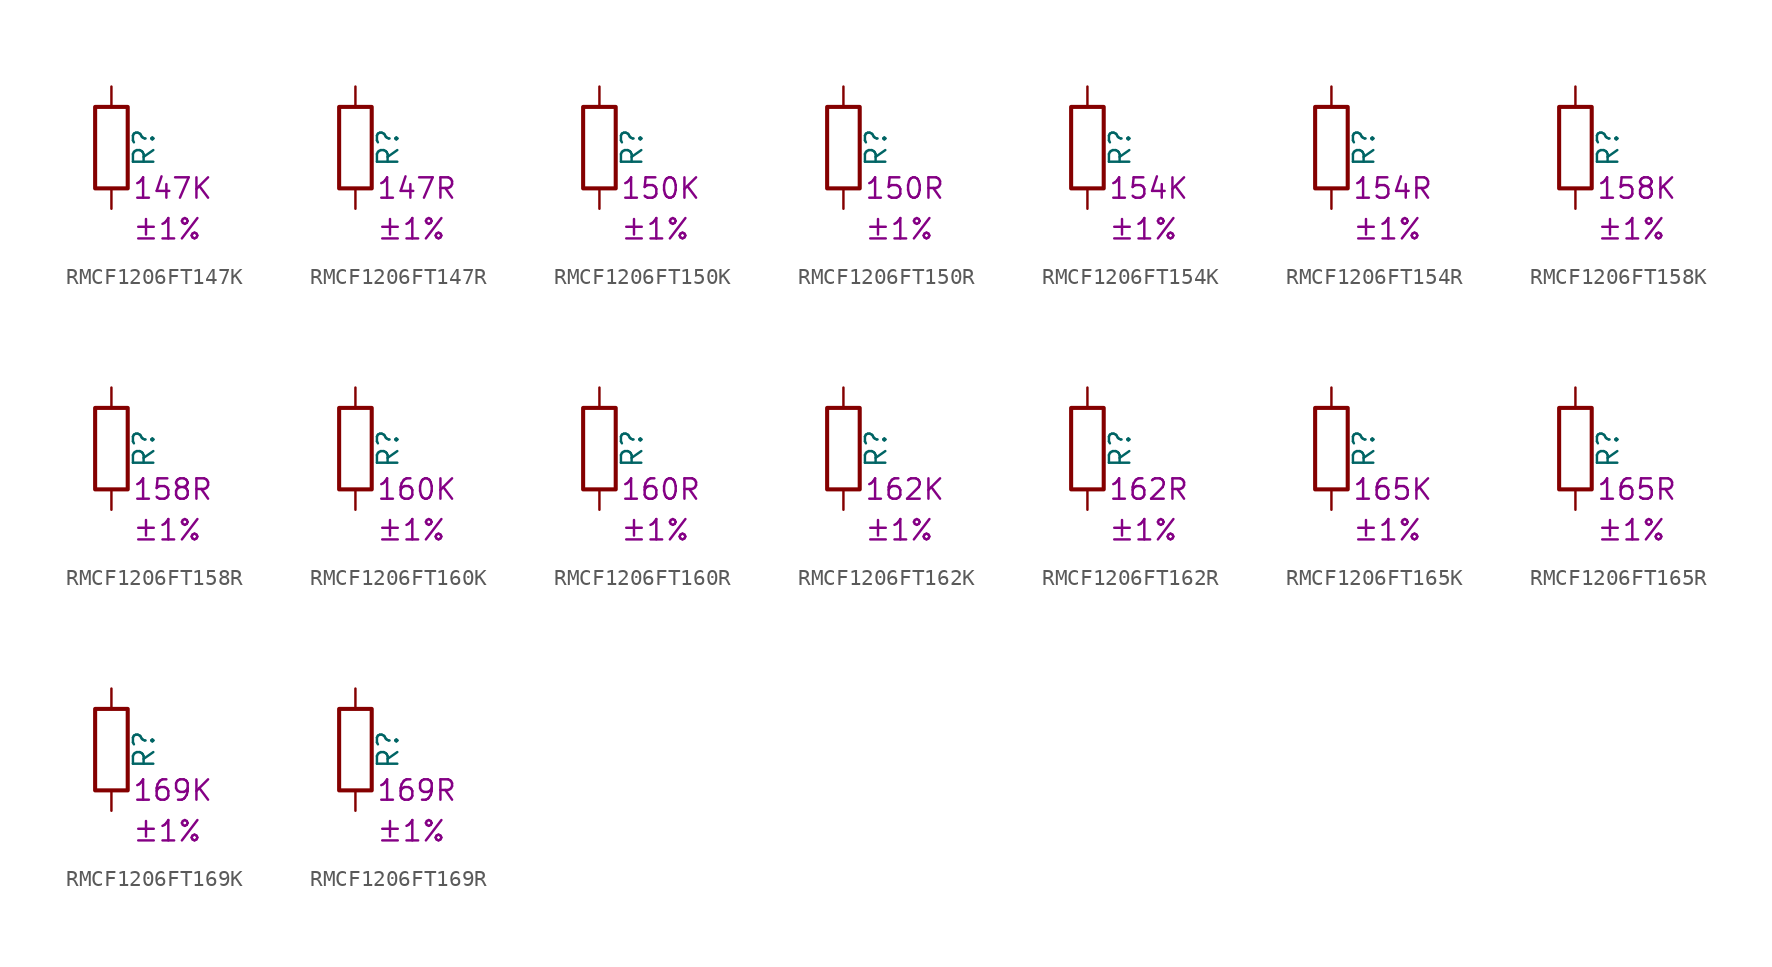
<source format=kicad_sym>
(kicad_symbol_lib
  (version 20220914)
  (generator kicad_symbol_editor)
  (symbol "RMCF1206FT147K"
    (pin_numbers hide)
    (pin_names
      (offset 0))
    (property "Reference" "R"
      (at 2.032 0 90)
      (effects (font (size 1.27 1.27))))
    (property "Resistance" "147K"
      (at 1.27 -2.54 0)
      (effects (font (size 1.27 1.27)) (justify left)))
    (property "Tolerance" "±1%"
      (at 1.27 -5.08 0)
      (effects (font (size 1.27 1.27)) (justify left)))
    (symbol "RMCF1206FT147K_0_1"
      (rectangle (start -1.016 -2.54) (end 1.016 2.54) (stroke (width 0.254) (type default)) (fill (type none))))
    (symbol "RMCF1206FT147K_1_1"
      (pin passive line (at 0 3.81 270) (length 1.27) (name "~" (effects (font (size 1.27 1.27)))) (number "1" (effects (font (size 1.27 1.27)))))
      (pin passive line (at 0 -3.81 90) (length 1.27) (name "~" (effects (font (size 1.27 1.27)))) (number "2" (effects (font (size 1.27 1.27)))))))
  (symbol "RMCF1206FT147R"
    (pin_numbers hide)
    (pin_names
      (offset 0))
    (property "Reference" "R"
      (at 2.032 0 90)
      (effects (font (size 1.27 1.27))))
    (property "Resistance" "147R"
      (at 1.27 -2.54 0)
      (effects (font (size 1.27 1.27)) (justify left)))
    (property "Tolerance" "±1%"
      (at 1.27 -5.08 0)
      (effects (font (size 1.27 1.27)) (justify left)))
    (symbol "RMCF1206FT147R_0_1"
      (rectangle (start -1.016 -2.54) (end 1.016 2.54) (stroke (width 0.254) (type default)) (fill (type none))))
    (symbol "RMCF1206FT147R_1_1"
      (pin passive line (at 0 3.81 270) (length 1.27) (name "~" (effects (font (size 1.27 1.27)))) (number "1" (effects (font (size 1.27 1.27)))))
      (pin passive line (at 0 -3.81 90) (length 1.27) (name "~" (effects (font (size 1.27 1.27)))) (number "2" (effects (font (size 1.27 1.27)))))))
  (symbol "RMCF1206FT150K"
    (pin_numbers hide)
    (pin_names
      (offset 0))
    (property "Reference" "R"
      (at 2.032 0 90)
      (effects (font (size 1.27 1.27))))
    (property "Resistance" "150K"
      (at 1.27 -2.54 0)
      (effects (font (size 1.27 1.27)) (justify left)))
    (property "Tolerance" "±1%"
      (at 1.27 -5.08 0)
      (effects (font (size 1.27 1.27)) (justify left)))
    (symbol "RMCF1206FT150K_0_1"
      (rectangle (start -1.016 -2.54) (end 1.016 2.54) (stroke (width 0.254) (type default)) (fill (type none))))
    (symbol "RMCF1206FT150K_1_1"
      (pin passive line (at 0 3.81 270) (length 1.27) (name "~" (effects (font (size 1.27 1.27)))) (number "1" (effects (font (size 1.27 1.27)))))
      (pin passive line (at 0 -3.81 90) (length 1.27) (name "~" (effects (font (size 1.27 1.27)))) (number "2" (effects (font (size 1.27 1.27)))))))
  (symbol "RMCF1206FT150R"
    (pin_numbers hide)
    (pin_names
      (offset 0))
    (property "Reference" "R"
      (at 2.032 0 90)
      (effects (font (size 1.27 1.27))))
    (property "Resistance" "150R"
      (at 1.27 -2.54 0)
      (effects (font (size 1.27 1.27)) (justify left)))
    (property "Tolerance" "±1%"
      (at 1.27 -5.08 0)
      (effects (font (size 1.27 1.27)) (justify left)))
    (symbol "RMCF1206FT150R_0_1"
      (rectangle (start -1.016 -2.54) (end 1.016 2.54) (stroke (width 0.254) (type default)) (fill (type none))))
    (symbol "RMCF1206FT150R_1_1"
      (pin passive line (at 0 3.81 270) (length 1.27) (name "~" (effects (font (size 1.27 1.27)))) (number "1" (effects (font (size 1.27 1.27)))))
      (pin passive line (at 0 -3.81 90) (length 1.27) (name "~" (effects (font (size 1.27 1.27)))) (number "2" (effects (font (size 1.27 1.27)))))))
  (symbol "RMCF1206FT154K"
    (pin_numbers hide)
    (pin_names
      (offset 0))
    (property "Reference" "R"
      (at 2.032 0 90)
      (effects (font (size 1.27 1.27))))
    (property "Resistance" "154K"
      (at 1.27 -2.54 0)
      (effects (font (size 1.27 1.27)) (justify left)))
    (property "Tolerance" "±1%"
      (at 1.27 -5.08 0)
      (effects (font (size 1.27 1.27)) (justify left)))
    (symbol "RMCF1206FT154K_0_1"
      (rectangle (start -1.016 -2.54) (end 1.016 2.54) (stroke (width 0.254) (type default)) (fill (type none))))
    (symbol "RMCF1206FT154K_1_1"
      (pin passive line (at 0 3.81 270) (length 1.27) (name "~" (effects (font (size 1.27 1.27)))) (number "1" (effects (font (size 1.27 1.27)))))
      (pin passive line (at 0 -3.81 90) (length 1.27) (name "~" (effects (font (size 1.27 1.27)))) (number "2" (effects (font (size 1.27 1.27)))))))
  (symbol "RMCF1206FT154R"
    (pin_numbers hide)
    (pin_names
      (offset 0))
    (property "Reference" "R"
      (at 2.032 0 90)
      (effects (font (size 1.27 1.27))))
    (property "Resistance" "154R"
      (at 1.27 -2.54 0)
      (effects (font (size 1.27 1.27)) (justify left)))
    (property "Tolerance" "±1%"
      (at 1.27 -5.08 0)
      (effects (font (size 1.27 1.27)) (justify left)))
    (symbol "RMCF1206FT154R_0_1"
      (rectangle (start -1.016 -2.54) (end 1.016 2.54) (stroke (width 0.254) (type default)) (fill (type none))))
    (symbol "RMCF1206FT154R_1_1"
      (pin passive line (at 0 3.81 270) (length 1.27) (name "~" (effects (font (size 1.27 1.27)))) (number "1" (effects (font (size 1.27 1.27)))))
      (pin passive line (at 0 -3.81 90) (length 1.27) (name "~" (effects (font (size 1.27 1.27)))) (number "2" (effects (font (size 1.27 1.27)))))))
  (symbol "RMCF1206FT158K"
    (pin_numbers hide)
    (pin_names
      (offset 0))
    (property "Reference" "R"
      (at 2.032 0 90)
      (effects (font (size 1.27 1.27))))
    (property "Resistance" "158K"
      (at 1.27 -2.54 0)
      (effects (font (size 1.27 1.27)) (justify left)))
    (property "Tolerance" "±1%"
      (at 1.27 -5.08 0)
      (effects (font (size 1.27 1.27)) (justify left)))
    (symbol "RMCF1206FT158K_0_1"
      (rectangle (start -1.016 -2.54) (end 1.016 2.54) (stroke (width 0.254) (type default)) (fill (type none))))
    (symbol "RMCF1206FT158K_1_1"
      (pin passive line (at 0 3.81 270) (length 1.27) (name "~" (effects (font (size 1.27 1.27)))) (number "1" (effects (font (size 1.27 1.27)))))
      (pin passive line (at 0 -3.81 90) (length 1.27) (name "~" (effects (font (size 1.27 1.27)))) (number "2" (effects (font (size 1.27 1.27)))))))
  (symbol "RMCF1206FT158R"
    (pin_numbers hide)
    (pin_names
      (offset 0))
    (property "Reference" "R"
      (at 2.032 0 90)
      (effects (font (size 1.27 1.27))))
    (property "Resistance" "158R"
      (at 1.27 -2.54 0)
      (effects (font (size 1.27 1.27)) (justify left)))
    (property "Tolerance" "±1%"
      (at 1.27 -5.08 0)
      (effects (font (size 1.27 1.27)) (justify left)))
    (symbol "RMCF1206FT158R_0_1"
      (rectangle (start -1.016 -2.54) (end 1.016 2.54) (stroke (width 0.254) (type default)) (fill (type none))))
    (symbol "RMCF1206FT158R_1_1"
      (pin passive line (at 0 3.81 270) (length 1.27) (name "~" (effects (font (size 1.27 1.27)))) (number "1" (effects (font (size 1.27 1.27)))))
      (pin passive line (at 0 -3.81 90) (length 1.27) (name "~" (effects (font (size 1.27 1.27)))) (number "2" (effects (font (size 1.27 1.27)))))))
  (symbol "RMCF1206FT160K"
    (pin_numbers hide)
    (pin_names
      (offset 0))
    (property "Reference" "R"
      (at 2.032 0 90)
      (effects (font (size 1.27 1.27))))
    (property "Resistance" "160K"
      (at 1.27 -2.54 0)
      (effects (font (size 1.27 1.27)) (justify left)))
    (property "Tolerance" "±1%"
      (at 1.27 -5.08 0)
      (effects (font (size 1.27 1.27)) (justify left)))
    (symbol "RMCF1206FT160K_0_1"
      (rectangle (start -1.016 -2.54) (end 1.016 2.54) (stroke (width 0.254) (type default)) (fill (type none))))
    (symbol "RMCF1206FT160K_1_1"
      (pin passive line (at 0 3.81 270) (length 1.27) (name "~" (effects (font (size 1.27 1.27)))) (number "1" (effects (font (size 1.27 1.27)))))
      (pin passive line (at 0 -3.81 90) (length 1.27) (name "~" (effects (font (size 1.27 1.27)))) (number "2" (effects (font (size 1.27 1.27)))))))
  (symbol "RMCF1206FT160R"
    (pin_numbers hide)
    (pin_names
      (offset 0))
    (property "Reference" "R"
      (at 2.032 0 90)
      (effects (font (size 1.27 1.27))))
    (property "Resistance" "160R"
      (at 1.27 -2.54 0)
      (effects (font (size 1.27 1.27)) (justify left)))
    (property "Tolerance" "±1%"
      (at 1.27 -5.08 0)
      (effects (font (size 1.27 1.27)) (justify left)))
    (symbol "RMCF1206FT160R_0_1"
      (rectangle (start -1.016 -2.54) (end 1.016 2.54) (stroke (width 0.254) (type default)) (fill (type none))))
    (symbol "RMCF1206FT160R_1_1"
      (pin passive line (at 0 3.81 270) (length 1.27) (name "~" (effects (font (size 1.27 1.27)))) (number "1" (effects (font (size 1.27 1.27)))))
      (pin passive line (at 0 -3.81 90) (length 1.27) (name "~" (effects (font (size 1.27 1.27)))) (number "2" (effects (font (size 1.27 1.27)))))))
  (symbol "RMCF1206FT162K"
    (pin_numbers hide)
    (pin_names
      (offset 0))
    (property "Reference" "R"
      (at 2.032 0 90)
      (effects (font (size 1.27 1.27))))
    (property "Resistance" "162K"
      (at 1.27 -2.54 0)
      (effects (font (size 1.27 1.27)) (justify left)))
    (property "Tolerance" "±1%"
      (at 1.27 -5.08 0)
      (effects (font (size 1.27 1.27)) (justify left)))
    (symbol "RMCF1206FT162K_0_1"
      (rectangle (start -1.016 -2.54) (end 1.016 2.54) (stroke (width 0.254) (type default)) (fill (type none))))
    (symbol "RMCF1206FT162K_1_1"
      (pin passive line (at 0 3.81 270) (length 1.27) (name "~" (effects (font (size 1.27 1.27)))) (number "1" (effects (font (size 1.27 1.27)))))
      (pin passive line (at 0 -3.81 90) (length 1.27) (name "~" (effects (font (size 1.27 1.27)))) (number "2" (effects (font (size 1.27 1.27)))))))
  (symbol "RMCF1206FT162R"
    (pin_numbers hide)
    (pin_names
      (offset 0))
    (property "Reference" "R"
      (at 2.032 0 90)
      (effects (font (size 1.27 1.27))))
    (property "Resistance" "162R"
      (at 1.27 -2.54 0)
      (effects (font (size 1.27 1.27)) (justify left)))
    (property "Tolerance" "±1%"
      (at 1.27 -5.08 0)
      (effects (font (size 1.27 1.27)) (justify left)))
    (symbol "RMCF1206FT162R_0_1"
      (rectangle (start -1.016 -2.54) (end 1.016 2.54) (stroke (width 0.254) (type default)) (fill (type none))))
    (symbol "RMCF1206FT162R_1_1"
      (pin passive line (at 0 3.81 270) (length 1.27) (name "~" (effects (font (size 1.27 1.27)))) (number "1" (effects (font (size 1.27 1.27)))))
      (pin passive line (at 0 -3.81 90) (length 1.27) (name "~" (effects (font (size 1.27 1.27)))) (number "2" (effects (font (size 1.27 1.27)))))))
  (symbol "RMCF1206FT165K"
    (pin_numbers hide)
    (pin_names
      (offset 0))
    (property "Reference" "R"
      (at 2.032 0 90)
      (effects (font (size 1.27 1.27))))
    (property "Resistance" "165K"
      (at 1.27 -2.54 0)
      (effects (font (size 1.27 1.27)) (justify left)))
    (property "Tolerance" "±1%"
      (at 1.27 -5.08 0)
      (effects (font (size 1.27 1.27)) (justify left)))
    (symbol "RMCF1206FT165K_0_1"
      (rectangle (start -1.016 -2.54) (end 1.016 2.54) (stroke (width 0.254) (type default)) (fill (type none))))
    (symbol "RMCF1206FT165K_1_1"
      (pin passive line (at 0 3.81 270) (length 1.27) (name "~" (effects (font (size 1.27 1.27)))) (number "1" (effects (font (size 1.27 1.27)))))
      (pin passive line (at 0 -3.81 90) (length 1.27) (name "~" (effects (font (size 1.27 1.27)))) (number "2" (effects (font (size 1.27 1.27)))))))
  (symbol "RMCF1206FT165R"
    (pin_numbers hide)
    (pin_names
      (offset 0))
    (property "Reference" "R"
      (at 2.032 0 90)
      (effects (font (size 1.27 1.27))))
    (property "Resistance" "165R"
      (at 1.27 -2.54 0)
      (effects (font (size 1.27 1.27)) (justify left)))
    (property "Tolerance" "±1%"
      (at 1.27 -5.08 0)
      (effects (font (size 1.27 1.27)) (justify left)))
    (symbol "RMCF1206FT165R_0_1"
      (rectangle (start -1.016 -2.54) (end 1.016 2.54) (stroke (width 0.254) (type default)) (fill (type none))))
    (symbol "RMCF1206FT165R_1_1"
      (pin passive line (at 0 3.81 270) (length 1.27) (name "~" (effects (font (size 1.27 1.27)))) (number "1" (effects (font (size 1.27 1.27)))))
      (pin passive line (at 0 -3.81 90) (length 1.27) (name "~" (effects (font (size 1.27 1.27)))) (number "2" (effects (font (size 1.27 1.27)))))))
  (symbol "RMCF1206FT169K"
    (pin_numbers hide)
    (pin_names
      (offset 0))
    (property "Reference" "R"
      (at 2.032 0 90)
      (effects (font (size 1.27 1.27))))
    (property "Resistance" "169K"
      (at 1.27 -2.54 0)
      (effects (font (size 1.27 1.27)) (justify left)))
    (property "Tolerance" "±1%"
      (at 1.27 -5.08 0)
      (effects (font (size 1.27 1.27)) (justify left)))
    (symbol "RMCF1206FT169K_0_1"
      (rectangle (start -1.016 -2.54) (end 1.016 2.54) (stroke (width 0.254) (type default)) (fill (type none))))
    (symbol "RMCF1206FT169K_1_1"
      (pin passive line (at 0 3.81 270) (length 1.27) (name "~" (effects (font (size 1.27 1.27)))) (number "1" (effects (font (size 1.27 1.27)))))
      (pin passive line (at 0 -3.81 90) (length 1.27) (name "~" (effects (font (size 1.27 1.27)))) (number "2" (effects (font (size 1.27 1.27)))))))
  (symbol "RMCF1206FT169R"
    (pin_numbers hide)
    (pin_names
      (offset 0))
    (property "Reference" "R"
      (at 2.032 0 90)
      (effects (font (size 1.27 1.27))))
    (property "Resistance" "169R"
      (at 1.27 -2.54 0)
      (effects (font (size 1.27 1.27)) (justify left)))
    (property "Tolerance" "±1%"
      (at 1.27 -5.08 0)
      (effects (font (size 1.27 1.27)) (justify left)))
    (symbol "RMCF1206FT169R_0_1"
      (rectangle (start -1.016 -2.54) (end 1.016 2.54) (stroke (width 0.254) (type default)) (fill (type none))))
    (symbol "RMCF1206FT169R_1_1"
      (pin passive line (at 0 3.81 270) (length 1.27) (name "~" (effects (font (size 1.27 1.27)))) (number "1" (effects (font (size 1.27 1.27)))))
      (pin passive line (at 0 -3.81 90) (length 1.27) (name "~" (effects (font (size 1.27 1.27)))) (number "2" (effects (font (size 1.27 1.27))))))))
</source>
